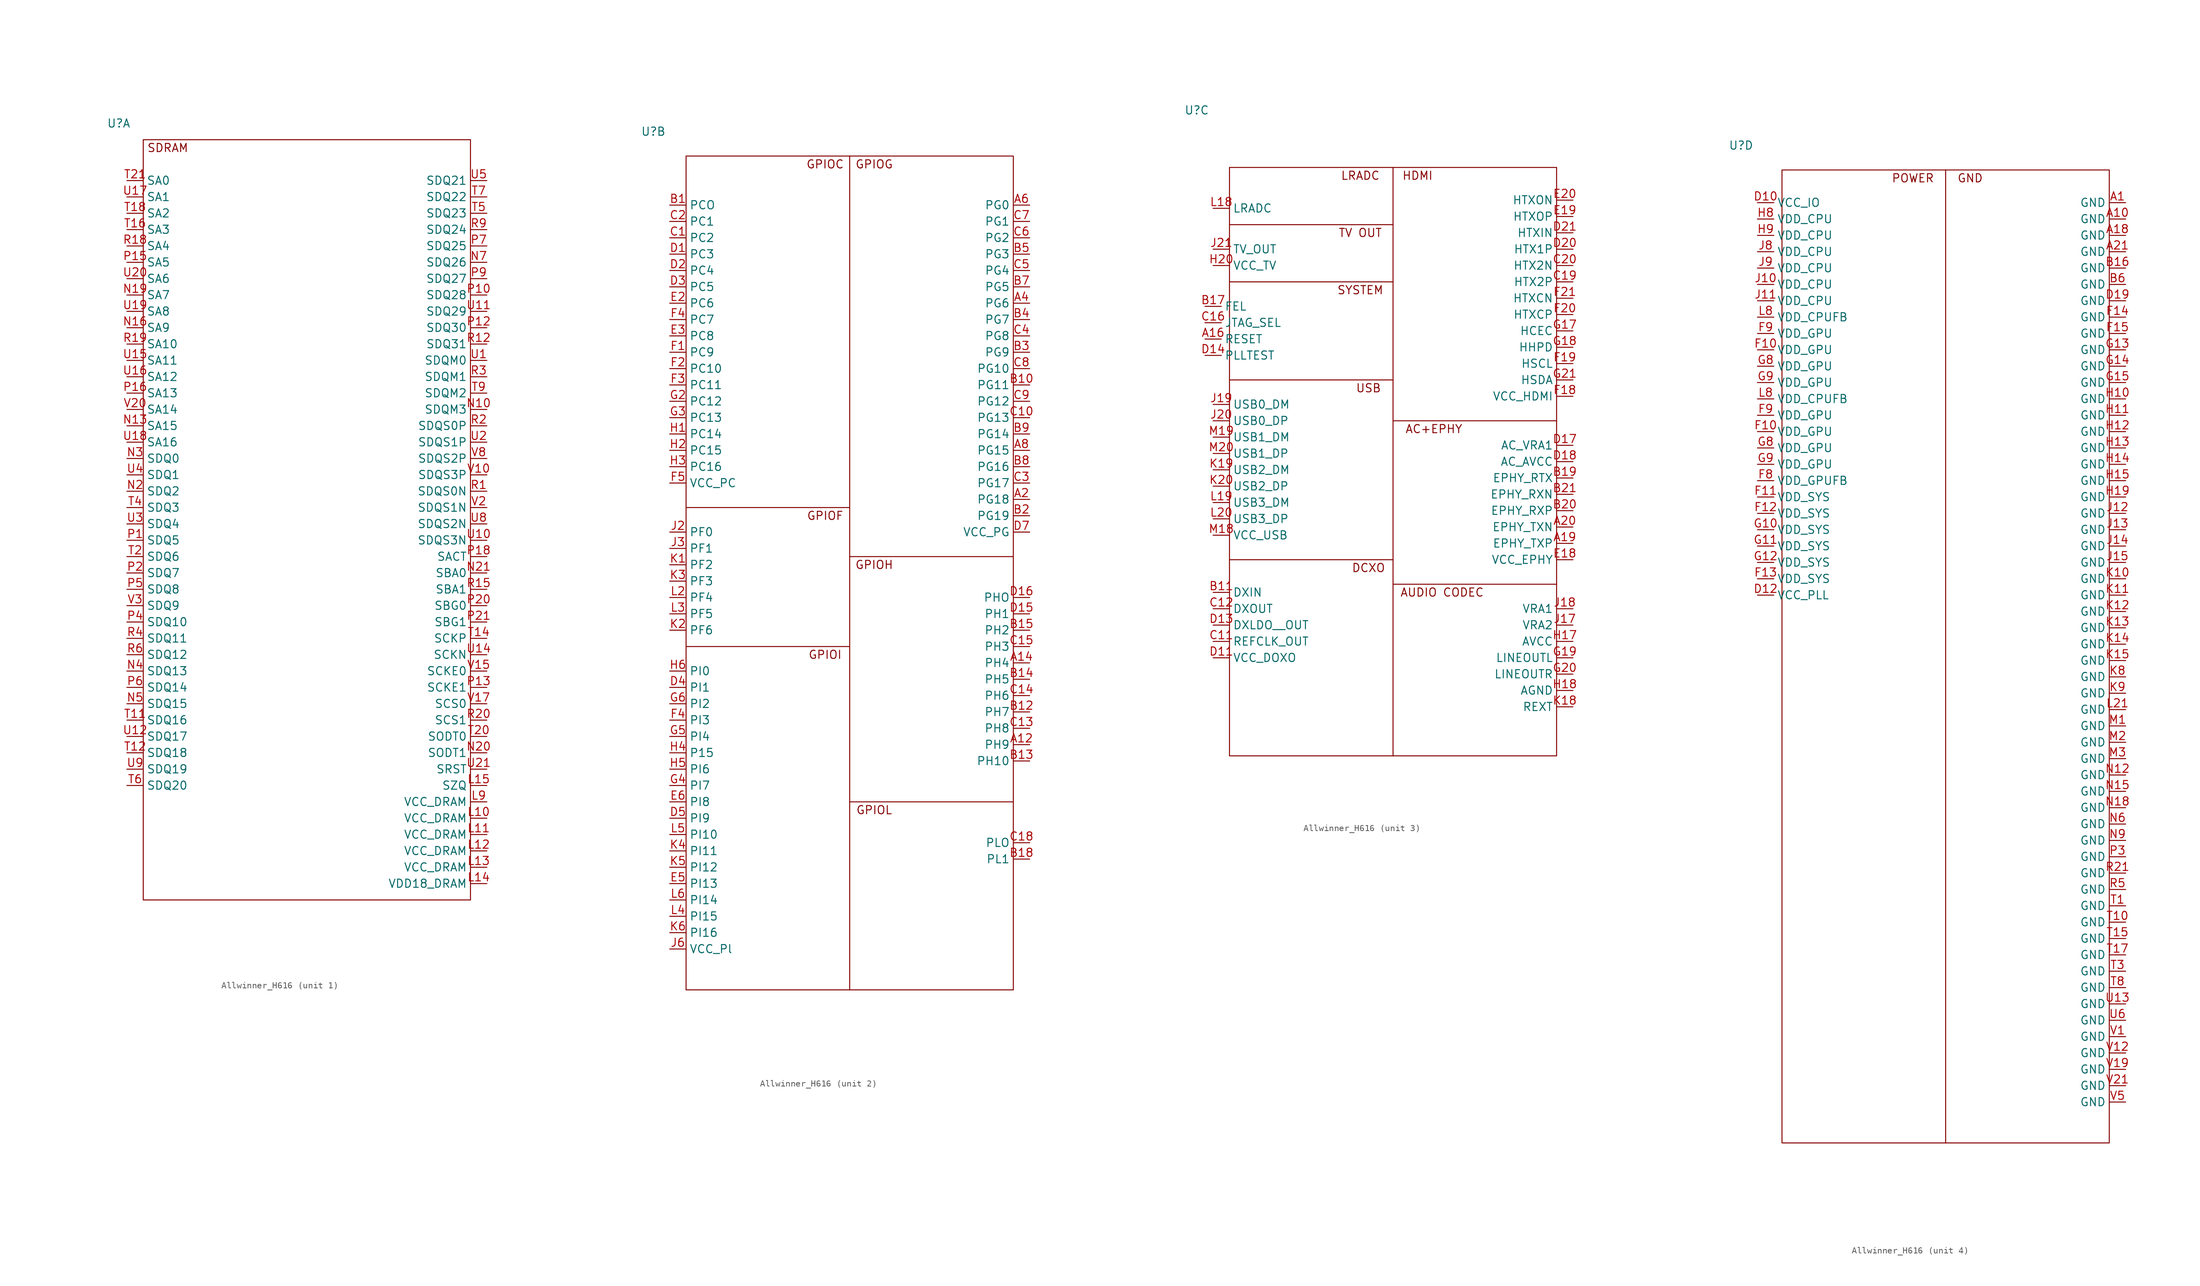
<source format=kicad_sym>
(kicad_symbol_lib
  (version 20220914)
  (generator kicad_symbol_editor)
  (symbol "Allwinner_H616"
    (property "Reference" "U"
      (at 7.62 -2.54 0)
      (effects (font (size 1.27 1.27))))
    (property "Value" ""
      (at 0 0 0)
      (effects (font (size 1.27 1.27))))
    (property "ki_locked" ""
      (at 0 0 0)
      (effects (font (size 1.27 1.27))))
    (symbol "Allwinner_H616_1_0"
      (pin output line (at 64.77 -110.49 180) (length 2.54) (name "VCC_DRAM" (effects (font (size 1.27 1.27)))) (number "L10" (effects (font (size 1.27 1.27)))))
      (pin output line (at 64.77 -113.03 180) (length 2.54) (name "VCC_DRAM" (effects (font (size 1.27 1.27)))) (number "L11" (effects (font (size 1.27 1.27)))))
      (pin output line (at 64.77 -115.57 180) (length 2.54) (name "VCC_DRAM" (effects (font (size 1.27 1.27)))) (number "L12" (effects (font (size 1.27 1.27)))))
      (pin output line (at 64.77 -118.11 180) (length 2.54) (name "VCC_DRAM" (effects (font (size 1.27 1.27)))) (number "L13" (effects (font (size 1.27 1.27)))))
      (pin output line (at 64.77 -120.65 180) (length 2.54) (name "VDD18_DRAM" (effects (font (size 1.27 1.27)))) (number "L14" (effects (font (size 1.27 1.27)))))
      (pin output line (at 64.77 -105.41 180) (length 2.54) (name "SZQ" (effects (font (size 1.27 1.27)))) (number "L15" (effects (font (size 1.27 1.27)))))
      (pin output line (at 64.77 -46.99 180) (length 2.54) (name "SDQM3" (effects (font (size 1.27 1.27)))) (number "N10" (effects (font (size 1.27 1.27)))))
      (pin output line (at 8.89 -49.53 0) (length 2.54) (name "SA15" (effects (font (size 1.27 1.27)))) (number "N13" (effects (font (size 1.27 1.27)))))
      (pin output line (at 8.89 -34.29 0) (length 2.54) (name "SA9" (effects (font (size 1.27 1.27)))) (number "N16" (effects (font (size 1.27 1.27)))))
      (pin output line (at 8.89 -29.21 0) (length 2.54) (name "SA7" (effects (font (size 1.27 1.27)))) (number "N19" (effects (font (size 1.27 1.27)))))
      (pin output line (at 8.89 -59.69 0) (length 2.54) (name "SDQ2" (effects (font (size 1.27 1.27)))) (number "N2" (effects (font (size 1.27 1.27)))))
      (pin output line (at 64.77 -100.33 180) (length 2.54) (name "SODT1" (effects (font (size 1.27 1.27)))) (number "N20" (effects (font (size 1.27 1.27)))))
      (pin output line (at 64.77 -72.39 180) (length 2.54) (name "SBA0" (effects (font (size 1.27 1.27)))) (number "N21" (effects (font (size 1.27 1.27)))))
      (pin output line (at 8.89 -54.61 0) (length 2.54) (name "SDQ0" (effects (font (size 1.27 1.27)))) (number "N3" (effects (font (size 1.27 1.27)))))
      (pin output line (at 8.89 -87.63 0) (length 2.54) (name "SDQ13" (effects (font (size 1.27 1.27)))) (number "N4" (effects (font (size 1.27 1.27)))))
      (pin output line (at 8.89 -92.71 0) (length 2.54) (name "SDQ15" (effects (font (size 1.27 1.27)))) (number "N5" (effects (font (size 1.27 1.27)))))
      (pin output line (at 64.77 -24.13 180) (length 2.54) (name "SDQ26" (effects (font (size 1.27 1.27)))) (number "N7" (effects (font (size 1.27 1.27)))))
      (pin output line (at 8.89 -67.31 0) (length 2.54) (name "SDQ5" (effects (font (size 1.27 1.27)))) (number "P1" (effects (font (size 1.27 1.27)))))
      (pin output line (at 64.77 -29.21 180) (length 2.54) (name "SDQ28" (effects (font (size 1.27 1.27)))) (number "P10" (effects (font (size 1.27 1.27)))))
      (pin output line (at 64.77 -34.29 180) (length 2.54) (name "SDQ30" (effects (font (size 1.27 1.27)))) (number "P12" (effects (font (size 1.27 1.27)))))
      (pin output line (at 64.77 -90.17 180) (length 2.54) (name "SCKE1" (effects (font (size 1.27 1.27)))) (number "P13" (effects (font (size 1.27 1.27)))))
      (pin output line (at 8.89 -24.13 0) (length 2.54) (name "SA5" (effects (font (size 1.27 1.27)))) (number "P15" (effects (font (size 1.27 1.27)))))
      (pin output line (at 8.89 -44.45 0) (length 2.54) (name "SA13" (effects (font (size 1.27 1.27)))) (number "P16" (effects (font (size 1.27 1.27)))))
      (pin output line (at 64.77 -69.85 180) (length 2.54) (name "SACT" (effects (font (size 1.27 1.27)))) (number "P18" (effects (font (size 1.27 1.27)))))
      (pin output line (at 8.89 -72.39 0) (length 2.54) (name "SDQ7" (effects (font (size 1.27 1.27)))) (number "P2" (effects (font (size 1.27 1.27)))))
      (pin output line (at 64.77 -77.47 180) (length 2.54) (name "SBG0" (effects (font (size 1.27 1.27)))) (number "P20" (effects (font (size 1.27 1.27)))))
      (pin output line (at 64.77 -80.01 180) (length 2.54) (name "SBG1" (effects (font (size 1.27 1.27)))) (number "P21" (effects (font (size 1.27 1.27)))))
      (pin output line (at 8.89 -80.01 0) (length 2.54) (name "SDQ10" (effects (font (size 1.27 1.27)))) (number "P4" (effects (font (size 1.27 1.27)))))
      (pin output line (at 8.89 -74.93 0) (length 2.54) (name "SDQ8" (effects (font (size 1.27 1.27)))) (number "P5" (effects (font (size 1.27 1.27)))))
      (pin output line (at 8.89 -90.17 0) (length 2.54) (name "SDQ14" (effects (font (size 1.27 1.27)))) (number "P6" (effects (font (size 1.27 1.27)))))
      (pin output line (at 64.77 -21.59 180) (length 2.54) (name "SDQ25" (effects (font (size 1.27 1.27)))) (number "P7" (effects (font (size 1.27 1.27)))))
      (pin output line (at 64.77 -26.67 180) (length 2.54) (name "SDQ27" (effects (font (size 1.27 1.27)))) (number "P9" (effects (font (size 1.27 1.27)))))
      (pin output line (at 64.77 -59.69 180) (length 2.54) (name "SDQS0N" (effects (font (size 1.27 1.27)))) (number "R1" (effects (font (size 1.27 1.27)))))
      (pin output line (at 64.77 -36.83 180) (length 2.54) (name "SDQ31" (effects (font (size 1.27 1.27)))) (number "R12" (effects (font (size 1.27 1.27)))))
      (pin output line (at 64.77 -74.93 180) (length 2.54) (name "SBA1" (effects (font (size 1.27 1.27)))) (number "R15" (effects (font (size 1.27 1.27)))))
      (pin output line (at 8.89 -21.59 0) (length 2.54) (name "SA4" (effects (font (size 1.27 1.27)))) (number "R18" (effects (font (size 1.27 1.27)))))
      (pin output line (at 8.89 -36.83 0) (length 2.54) (name "SA10" (effects (font (size 1.27 1.27)))) (number "R19" (effects (font (size 1.27 1.27)))))
      (pin output line (at 64.77 -49.53 180) (length 2.54) (name "SDQS0P" (effects (font (size 1.27 1.27)))) (number "R2" (effects (font (size 1.27 1.27)))))
      (pin output line (at 64.77 -95.25 180) (length 2.54) (name "SCS1" (effects (font (size 1.27 1.27)))) (number "R20" (effects (font (size 1.27 1.27)))))
      (pin output line (at 64.77 -41.91 180) (length 2.54) (name "SDQM1" (effects (font (size 1.27 1.27)))) (number "R3" (effects (font (size 1.27 1.27)))))
      (pin output line (at 8.89 -82.55 0) (length 2.54) (name "SDQ11" (effects (font (size 1.27 1.27)))) (number "R4" (effects (font (size 1.27 1.27)))))
      (pin output line (at 8.89 -85.09 0) (length 2.54) (name "SDQ12" (effects (font (size 1.27 1.27)))) (number "R6" (effects (font (size 1.27 1.27)))))
      (pin output line (at 64.77 -19.05 180) (length 2.54) (name "SDQ24" (effects (font (size 1.27 1.27)))) (number "R9" (effects (font (size 1.27 1.27)))))
      (pin output line (at 8.89 -95.25 0) (length 2.54) (name "SDQ16" (effects (font (size 1.27 1.27)))) (number "T11" (effects (font (size 1.27 1.27)))))
      (pin output line (at 8.89 -100.33 0) (length 2.54) (name "SDQ18" (effects (font (size 1.27 1.27)))) (number "T12" (effects (font (size 1.27 1.27)))))
      (pin output line (at 64.77 -82.55 180) (length 2.54) (name "SCKP" (effects (font (size 1.27 1.27)))) (number "T14" (effects (font (size 1.27 1.27)))))
      (pin output line (at 8.89 -19.05 0) (length 2.54) (name "SA3" (effects (font (size 1.27 1.27)))) (number "T16" (effects (font (size 1.27 1.27)))))
      (pin output line (at 8.89 -16.51 0) (length 2.54) (name "SA2" (effects (font (size 1.27 1.27)))) (number "T18" (effects (font (size 1.27 1.27)))))
      (pin output line (at 8.89 -69.85 0) (length 2.54) (name "SDQ6" (effects (font (size 1.27 1.27)))) (number "T2" (effects (font (size 1.27 1.27)))))
      (pin output line (at 64.77 -97.79 180) (length 2.54) (name "SODT0" (effects (font (size 1.27 1.27)))) (number "T20" (effects (font (size 1.27 1.27)))))
      (pin output line (at 8.89 -11.43 0) (length 2.54) (name "SA0" (effects (font (size 1.27 1.27)))) (number "T21" (effects (font (size 1.27 1.27)))))
      (pin output line (at 8.89 -62.23 0) (length 2.54) (name "SDQ3" (effects (font (size 1.27 1.27)))) (number "T4" (effects (font (size 1.27 1.27)))))
      (pin output line (at 64.77 -16.51 180) (length 2.54) (name "SDQ23" (effects (font (size 1.27 1.27)))) (number "T5" (effects (font (size 1.27 1.27)))))
      (pin output line (at 8.89 -105.41 0) (length 2.54) (name "SDQ20" (effects (font (size 1.27 1.27)))) (number "T6" (effects (font (size 1.27 1.27)))))
      (pin output line (at 64.77 -13.97 180) (length 2.54) (name "SDQ22" (effects (font (size 1.27 1.27)))) (number "T7" (effects (font (size 1.27 1.27)))))
      (pin output line (at 64.77 -44.45 180) (length 2.54) (name "SDQM2" (effects (font (size 1.27 1.27)))) (number "T9" (effects (font (size 1.27 1.27)))))
      (pin output line (at 64.77 -39.37 180) (length 2.54) (name "SDQM0" (effects (font (size 1.27 1.27)))) (number "U1" (effects (font (size 1.27 1.27)))))
      (pin output line (at 64.77 -67.31 180) (length 2.54) (name "SDQS3N" (effects (font (size 1.27 1.27)))) (number "U10" (effects (font (size 1.27 1.27)))))
      (pin output line (at 64.77 -31.75 180) (length 2.54) (name "SDQ29" (effects (font (size 1.27 1.27)))) (number "U11" (effects (font (size 1.27 1.27)))))
      (pin output line (at 8.89 -97.79 0) (length 2.54) (name "SDQ17" (effects (font (size 1.27 1.27)))) (number "U12" (effects (font (size 1.27 1.27)))))
      (pin output line (at 64.77 -85.09 180) (length 2.54) (name "SCKN" (effects (font (size 1.27 1.27)))) (number "U14" (effects (font (size 1.27 1.27)))))
      (pin output line (at 8.89 -39.37 0) (length 2.54) (name "SA11" (effects (font (size 1.27 1.27)))) (number "U15" (effects (font (size 1.27 1.27)))))
      (pin output line (at 8.89 -41.91 0) (length 2.54) (name "SA12" (effects (font (size 1.27 1.27)))) (number "U16" (effects (font (size 1.27 1.27)))))
      (pin output line (at 8.89 -13.97 0) (length 2.54) (name "SA1" (effects (font (size 1.27 1.27)))) (number "U17" (effects (font (size 1.27 1.27)))))
      (pin output line (at 8.89 -52.07 0) (length 2.54) (name "SA16" (effects (font (size 1.27 1.27)))) (number "U18" (effects (font (size 1.27 1.27)))))
      (pin output line (at 8.89 -31.75 0) (length 2.54) (name "SA8" (effects (font (size 1.27 1.27)))) (number "U19" (effects (font (size 1.27 1.27)))))
      (pin output line (at 64.77 -52.07 180) (length 2.54) (name "SDQS1P" (effects (font (size 1.27 1.27)))) (number "U2" (effects (font (size 1.27 1.27)))))
      (pin output line (at 8.89 -26.67 0) (length 2.54) (name "SA6" (effects (font (size 1.27 1.27)))) (number "U20" (effects (font (size 1.27 1.27)))))
      (pin output line (at 64.77 -102.87 180) (length 2.54) (name "SRST" (effects (font (size 1.27 1.27)))) (number "U21" (effects (font (size 1.27 1.27)))))
      (pin output line (at 8.89 -64.77 0) (length 2.54) (name "SDQ4" (effects (font (size 1.27 1.27)))) (number "U3" (effects (font (size 1.27 1.27)))))
      (pin output line (at 8.89 -57.15 0) (length 2.54) (name "SDQ1" (effects (font (size 1.27 1.27)))) (number "U4" (effects (font (size 1.27 1.27)))))
      (pin output line (at 64.77 -11.43 180) (length 2.54) (name "SDQ21" (effects (font (size 1.27 1.27)))) (number "U5" (effects (font (size 1.27 1.27)))))
      (pin output line (at 64.77 -64.77 180) (length 2.54) (name "SDQS2N" (effects (font (size 1.27 1.27)))) (number "U8" (effects (font (size 1.27 1.27)))))
      (pin output line (at 8.89 -102.87 0) (length 2.54) (name "SDQ19" (effects (font (size 1.27 1.27)))) (number "U9" (effects (font (size 1.27 1.27)))))
      (pin output line (at 64.77 -57.15 180) (length 2.54) (name "SDQS3P" (effects (font (size 1.27 1.27)))) (number "V10" (effects (font (size 1.27 1.27)))))
      (pin output line (at 64.77 -87.63 180) (length 2.54) (name "SCKE0" (effects (font (size 1.27 1.27)))) (number "V15" (effects (font (size 1.27 1.27)))))
      (pin output line (at 64.77 -92.71 180) (length 2.54) (name "SCS0" (effects (font (size 1.27 1.27)))) (number "V17" (effects (font (size 1.27 1.27)))))
      (pin output line (at 64.77 -62.23 180) (length 2.54) (name "SDQS1N" (effects (font (size 1.27 1.27)))) (number "V2" (effects (font (size 1.27 1.27)))))
      (pin output line (at 8.89 -46.99 0) (length 2.54) (name "SA14" (effects (font (size 1.27 1.27)))) (number "V20" (effects (font (size 1.27 1.27)))))
      (pin output line (at 8.89 -77.47 0) (length 2.54) (name "SDQ9" (effects (font (size 1.27 1.27)))) (number "V3" (effects (font (size 1.27 1.27)))))
      (pin output line (at 64.77 -54.61 180) (length 2.54) (name "SDQS2P" (effects (font (size 1.27 1.27)))) (number "V8" (effects (font (size 1.27 1.27))))))
    (symbol "Allwinner_H616_1_1"
      (rectangle (start 11.43 -5.08) (end 62.23 -123.19) (stroke (width 0) (type default)) (fill (type none)))
      (text "SDRAM" (at 15.24 -6.35 0) (effects (font (size 1.27 1.27))))
      (pin output line (at 64.77 -107.95 180) (length 2.54) (name "VCC_DRAM" (effects (font (size 1.27 1.27)))) (number "L9" (effects (font (size 1.27 1.27))))))
    (symbol "Allwinner_H616_2_0"
      (pin output line (at 66.04 -97.79 180) (length 2.54) (name "PH9" (effects (font (size 1.27 1.27)))) (number "A12" (effects (font (size 1.27 1.27)))))
      (pin output line (at 66.04 -85.09 180) (length 2.54) (name "PH4" (effects (font (size 1.27 1.27)))) (number "A14" (effects (font (size 1.27 1.27)))))
      (pin output line (at 66.04 -59.69 180) (length 2.54) (name "PG18" (effects (font (size 1.27 1.27)))) (number "A2" (effects (font (size 1.27 1.27)))))
      (pin output line (at 66.04 -29.21 180) (length 2.54) (name "PG6" (effects (font (size 1.27 1.27)))) (number "A4" (effects (font (size 1.27 1.27)))))
      (pin output line (at 66.04 -13.97 180) (length 2.54) (name "PG0" (effects (font (size 1.27 1.27)))) (number "A6" (effects (font (size 1.27 1.27)))))
      (pin output line (at 66.04 -52.07 180) (length 2.54) (name "PG15" (effects (font (size 1.27 1.27)))) (number "A8" (effects (font (size 1.27 1.27)))))
      (pin output line (at 10.16 -13.97 0) (length 2.54) (name "PCO" (effects (font (size 1.27 1.27)))) (number "B1" (effects (font (size 1.27 1.27)))))
      (pin output line (at 66.04 -41.91 180) (length 2.54) (name "PG11" (effects (font (size 1.27 1.27)))) (number "B10" (effects (font (size 1.27 1.27)))))
      (pin output line (at 66.04 -92.71 180) (length 2.54) (name "PH7" (effects (font (size 1.27 1.27)))) (number "B12" (effects (font (size 1.27 1.27)))))
      (pin output line (at 66.04 -100.33 180) (length 2.54) (name "PH10" (effects (font (size 1.27 1.27)))) (number "B13" (effects (font (size 1.27 1.27)))))
      (pin output line (at 66.04 -87.63 180) (length 2.54) (name "PH5" (effects (font (size 1.27 1.27)))) (number "B14" (effects (font (size 1.27 1.27)))))
      (pin output line (at 66.04 -80.01 180) (length 2.54) (name "PH2" (effects (font (size 1.27 1.27)))) (number "B15" (effects (font (size 1.27 1.27)))))
      (pin output line (at 66.04 -115.57 180) (length 2.54) (name "PL1" (effects (font (size 1.27 1.27)))) (number "B18" (effects (font (size 1.27 1.27)))))
      (pin output line (at 66.04 -62.23 180) (length 2.54) (name "PG19" (effects (font (size 1.27 1.27)))) (number "B2" (effects (font (size 1.27 1.27)))))
      (pin output line (at 66.04 -36.83 180) (length 2.54) (name "PG9" (effects (font (size 1.27 1.27)))) (number "B3" (effects (font (size 1.27 1.27)))))
      (pin output line (at 66.04 -31.75 180) (length 2.54) (name "PG7" (effects (font (size 1.27 1.27)))) (number "B4" (effects (font (size 1.27 1.27)))))
      (pin output line (at 66.04 -21.59 180) (length 2.54) (name "PG3" (effects (font (size 1.27 1.27)))) (number "B5" (effects (font (size 1.27 1.27)))))
      (pin output line (at 66.04 -26.67 180) (length 2.54) (name "PG5" (effects (font (size 1.27 1.27)))) (number "B7" (effects (font (size 1.27 1.27)))))
      (pin output line (at 66.04 -54.61 180) (length 2.54) (name "PG16" (effects (font (size 1.27 1.27)))) (number "B8" (effects (font (size 1.27 1.27)))))
      (pin output line (at 66.04 -49.53 180) (length 2.54) (name "PG14" (effects (font (size 1.27 1.27)))) (number "B9" (effects (font (size 1.27 1.27)))))
      (pin output line (at 10.16 -19.05 0) (length 2.54) (name "PC2" (effects (font (size 1.27 1.27)))) (number "C1" (effects (font (size 1.27 1.27)))))
      (pin output line (at 66.04 -46.99 180) (length 2.54) (name "PG13" (effects (font (size 1.27 1.27)))) (number "C10" (effects (font (size 1.27 1.27)))))
      (pin output line (at 66.04 -95.25 180) (length 2.54) (name "PH8" (effects (font (size 1.27 1.27)))) (number "C13" (effects (font (size 1.27 1.27)))))
      (pin output line (at 66.04 -90.17 180) (length 2.54) (name "PH6" (effects (font (size 1.27 1.27)))) (number "C14" (effects (font (size 1.27 1.27)))))
      (pin output line (at 66.04 -82.55 180) (length 2.54) (name "PH3" (effects (font (size 1.27 1.27)))) (number "C15" (effects (font (size 1.27 1.27)))))
      (pin output line (at 66.04 -113.03 180) (length 2.54) (name "PLO" (effects (font (size 1.27 1.27)))) (number "C18" (effects (font (size 1.27 1.27)))))
      (pin output line (at 10.16 -16.51 0) (length 2.54) (name "PC1" (effects (font (size 1.27 1.27)))) (number "C2" (effects (font (size 1.27 1.27)))))
      (pin output line (at 66.04 -57.15 180) (length 2.54) (name "PG17" (effects (font (size 1.27 1.27)))) (number "C3" (effects (font (size 1.27 1.27)))))
      (pin output line (at 66.04 -34.29 180) (length 2.54) (name "PG8" (effects (font (size 1.27 1.27)))) (number "C4" (effects (font (size 1.27 1.27)))))
      (pin output line (at 66.04 -24.13 180) (length 2.54) (name "PG4" (effects (font (size 1.27 1.27)))) (number "C5" (effects (font (size 1.27 1.27)))))
      (pin output line (at 66.04 -19.05 180) (length 2.54) (name "PG2" (effects (font (size 1.27 1.27)))) (number "C6" (effects (font (size 1.27 1.27)))))
      (pin output line (at 66.04 -16.51 180) (length 2.54) (name "PG1" (effects (font (size 1.27 1.27)))) (number "C7" (effects (font (size 1.27 1.27)))))
      (pin output line (at 66.04 -39.37 180) (length 2.54) (name "PG10" (effects (font (size 1.27 1.27)))) (number "C8" (effects (font (size 1.27 1.27)))))
      (pin output line (at 66.04 -44.45 180) (length 2.54) (name "PG12" (effects (font (size 1.27 1.27)))) (number "C9" (effects (font (size 1.27 1.27)))))
      (pin output line (at 10.16 -21.59 0) (length 2.54) (name "PC3" (effects (font (size 1.27 1.27)))) (number "D1" (effects (font (size 1.27 1.27)))))
      (pin output line (at 66.04 -77.47 180) (length 2.54) (name "PH1" (effects (font (size 1.27 1.27)))) (number "D15" (effects (font (size 1.27 1.27)))))
      (pin output line (at 66.04 -74.93 180) (length 2.54) (name "PHO" (effects (font (size 1.27 1.27)))) (number "D16" (effects (font (size 1.27 1.27)))))
      (pin output line (at 10.16 -24.13 0) (length 2.54) (name "PC4" (effects (font (size 1.27 1.27)))) (number "D2" (effects (font (size 1.27 1.27)))))
      (pin output line (at 10.16 -26.67 0) (length 2.54) (name "PC5" (effects (font (size 1.27 1.27)))) (number "D3" (effects (font (size 1.27 1.27)))))
      (pin output line (at 10.16 -88.9 0) (length 2.54) (name "PI1" (effects (font (size 1.27 1.27)))) (number "D4" (effects (font (size 1.27 1.27)))))
      (pin output line (at 10.16 -109.22 0) (length 2.54) (name "PI9" (effects (font (size 1.27 1.27)))) (number "D5" (effects (font (size 1.27 1.27)))))
      (pin output line (at 66.04 -64.77 180) (length 2.54) (name "VCC_PG" (effects (font (size 1.27 1.27)))) (number "D7" (effects (font (size 1.27 1.27)))))
      (pin output line (at 10.16 -29.21 0) (length 2.54) (name "PC6" (effects (font (size 1.27 1.27)))) (number "E2" (effects (font (size 1.27 1.27)))))
      (pin output line (at 10.16 -34.29 0) (length 2.54) (name "PC8" (effects (font (size 1.27 1.27)))) (number "E3" (effects (font (size 1.27 1.27)))))
      (pin output line (at 10.16 -119.38 0) (length 2.54) (name "PI13" (effects (font (size 1.27 1.27)))) (number "E5" (effects (font (size 1.27 1.27)))))
      (pin output line (at 10.16 -106.68 0) (length 2.54) (name "PI8" (effects (font (size 1.27 1.27)))) (number "E6" (effects (font (size 1.27 1.27)))))
      (pin output line (at 10.16 -36.83 0) (length 2.54) (name "PC9" (effects (font (size 1.27 1.27)))) (number "F1" (effects (font (size 1.27 1.27)))))
      (pin output line (at 10.16 -39.37 0) (length 2.54) (name "PC10" (effects (font (size 1.27 1.27)))) (number "F2" (effects (font (size 1.27 1.27)))))
      (pin output line (at 10.16 -41.91 0) (length 2.54) (name "PC11" (effects (font (size 1.27 1.27)))) (number "F3" (effects (font (size 1.27 1.27)))))
      (pin output line (at 10.16 -31.75 0) (length 2.54) (name "PC7" (effects (font (size 1.27 1.27)))) (number "F4" (effects (font (size 1.27 1.27)))))
      (pin output line (at 10.16 -93.98 0) (length 2.54) (name "PI3" (effects (font (size 1.27 1.27)))) (number "F4" (effects (font (size 1.27 1.27)))))
      (pin output line (at 10.16 -57.15 0) (length 2.54) (name "VCC_PC" (effects (font (size 1.27 1.27)))) (number "F5" (effects (font (size 1.27 1.27)))))
      (pin output line (at 10.16 -44.45 0) (length 2.54) (name "PC12" (effects (font (size 1.27 1.27)))) (number "G2" (effects (font (size 1.27 1.27)))))
      (pin output line (at 10.16 -46.99 0) (length 2.54) (name "PC13" (effects (font (size 1.27 1.27)))) (number "G3" (effects (font (size 1.27 1.27)))))
      (pin output line (at 10.16 -104.14 0) (length 2.54) (name "PI7" (effects (font (size 1.27 1.27)))) (number "G4" (effects (font (size 1.27 1.27)))))
      (pin output line (at 10.16 -96.52 0) (length 2.54) (name "PI4" (effects (font (size 1.27 1.27)))) (number "G5" (effects (font (size 1.27 1.27)))))
      (pin output line (at 10.16 -91.44 0) (length 2.54) (name "PI2" (effects (font (size 1.27 1.27)))) (number "G6" (effects (font (size 1.27 1.27)))))
      (pin output line (at 10.16 -49.53 0) (length 2.54) (name "PC14" (effects (font (size 1.27 1.27)))) (number "H1" (effects (font (size 1.27 1.27)))))
      (pin output line (at 10.16 -52.07 0) (length 2.54) (name "PC15" (effects (font (size 1.27 1.27)))) (number "H2" (effects (font (size 1.27 1.27)))))
      (pin output line (at 10.16 -54.61 0) (length 2.54) (name "PC16" (effects (font (size 1.27 1.27)))) (number "H3" (effects (font (size 1.27 1.27)))))
      (pin output line (at 10.16 -99.06 0) (length 2.54) (name "P15" (effects (font (size 1.27 1.27)))) (number "H4" (effects (font (size 1.27 1.27)))))
      (pin output line (at 10.16 -101.6 0) (length 2.54) (name "PI6" (effects (font (size 1.27 1.27)))) (number "H5" (effects (font (size 1.27 1.27)))))
      (pin output line (at 10.16 -86.36 0) (length 2.54) (name "PI0" (effects (font (size 1.27 1.27)))) (number "H6" (effects (font (size 1.27 1.27)))))
      (pin output line (at 10.16 -64.77 0) (length 2.54) (name "PF0" (effects (font (size 1.27 1.27)))) (number "J2" (effects (font (size 1.27 1.27)))))
      (pin output line (at 10.16 -67.31 0) (length 2.54) (name "PF1" (effects (font (size 1.27 1.27)))) (number "J3" (effects (font (size 1.27 1.27)))))
      (pin output line (at 10.16 -129.54 0) (length 2.54) (name "VCC_Pl" (effects (font (size 1.27 1.27)))) (number "J6" (effects (font (size 1.27 1.27)))))
      (pin output line (at 10.16 -69.85 0) (length 2.54) (name "PF2" (effects (font (size 1.27 1.27)))) (number "K1" (effects (font (size 1.27 1.27)))))
      (pin output line (at 10.16 -80.01 0) (length 2.54) (name "PF6" (effects (font (size 1.27 1.27)))) (number "K2" (effects (font (size 1.27 1.27)))))
      (pin output line (at 10.16 -72.39 0) (length 2.54) (name "PF3" (effects (font (size 1.27 1.27)))) (number "K3" (effects (font (size 1.27 1.27)))))
      (pin output line (at 10.16 -114.3 0) (length 2.54) (name "PI11" (effects (font (size 1.27 1.27)))) (number "K4" (effects (font (size 1.27 1.27)))))
      (pin output line (at 10.16 -116.84 0) (length 2.54) (name "PI12" (effects (font (size 1.27 1.27)))) (number "K5" (effects (font (size 1.27 1.27)))))
      (pin output line (at 10.16 -127 0) (length 2.54) (name "PI16" (effects (font (size 1.27 1.27)))) (number "K6" (effects (font (size 1.27 1.27)))))
      (pin output line (at 10.16 -74.93 0) (length 2.54) (name "PF4" (effects (font (size 1.27 1.27)))) (number "L2" (effects (font (size 1.27 1.27)))))
      (pin output line (at 10.16 -77.47 0) (length 2.54) (name "PF5" (effects (font (size 1.27 1.27)))) (number "L3" (effects (font (size 1.27 1.27)))))
      (pin output line (at 10.16 -124.46 0) (length 2.54) (name "PI15" (effects (font (size 1.27 1.27)))) (number "L4" (effects (font (size 1.27 1.27)))))
      (pin output line (at 10.16 -111.76 0) (length 2.54) (name "PI10" (effects (font (size 1.27 1.27)))) (number "L5" (effects (font (size 1.27 1.27)))))
      (pin output line (at 10.16 -121.92 0) (length 2.54) (name "PI14" (effects (font (size 1.27 1.27)))) (number "L6" (effects (font (size 1.27 1.27))))))
    (symbol "Allwinner_H616_2_1"
      (polyline (pts (xy 12.7 -82.55) (xy 38.1 -82.55)) (stroke (width 0) (type default)) (fill (type none)))
      (polyline (pts (xy 12.7 -60.96) (xy 38.1 -60.96)) (stroke (width 0) (type default)) (fill (type none)))
      (polyline (pts (xy 38.1 -135.89) (xy 38.1 -6.35)) (stroke (width 0) (type default)) (fill (type none)))
      (polyline (pts (xy 63.5 -106.68) (xy 38.1 -106.68)) (stroke (width 0) (type default)) (fill (type none)))
      (polyline (pts (xy 63.5 -68.58) (xy 38.1 -68.58)) (stroke (width 0) (type default)) (fill (type none)))
      (rectangle (start 12.7 -6.35) (end 63.5 -135.89) (stroke (width 0) (type default)) (fill (type none)))
      (text "GPIOC\n" (at 34.29 -7.62 0) (effects (font (size 1.27 1.27))))
      (text "GPIOF\n" (at 34.29 -62.23 0) (effects (font (size 1.27 1.27))))
      (text "GPIOG\n" (at 41.91 -7.62 0) (effects (font (size 1.27 1.27))))
      (text "GPIOH\n" (at 41.91 -69.85 0) (effects (font (size 1.27 1.27))))
      (text "GPIOI" (at 34.29 -83.82 0) (effects (font (size 1.27 1.27))))
      (text "GPIOL\n" (at 41.91 -107.95 0) (effects (font (size 1.27 1.27)))))
    (symbol "Allwinner_H616_3_0"
      (pin output line (at 8.89 -38.1 0) (length 2.54) (name "RESET" (effects (font (size 1.27 1.27)))) (number "A16" (effects (font (size 1.27 1.27)))))
      (pin output line (at 66.04 -69.85 180) (length 2.54) (name "EPHY_TXP" (effects (font (size 1.27 1.27)))) (number "A19" (effects (font (size 1.27 1.27)))))
      (pin output line (at 66.04 -67.31 180) (length 2.54) (name "EPHY_TXN" (effects (font (size 1.27 1.27)))) (number "A20" (effects (font (size 1.27 1.27)))))
      (pin output line (at 10.16 -77.47 0) (length 2.54) (name "DXIN" (effects (font (size 1.27 1.27)))) (number "B11" (effects (font (size 1.27 1.27)))))
      (pin output line (at 8.89 -33.02 0) (length 2.54) (name "FEL" (effects (font (size 1.27 1.27)))) (number "B17" (effects (font (size 1.27 1.27)))))
      (pin output line (at 66.04 -59.69 180) (length 2.54) (name "EPHY_RTX" (effects (font (size 1.27 1.27)))) (number "B19" (effects (font (size 1.27 1.27)))))
      (pin output line (at 66.04 -64.77 180) (length 2.54) (name "EPHY_RXP" (effects (font (size 1.27 1.27)))) (number "B20" (effects (font (size 1.27 1.27)))))
      (pin output line (at 66.04 -62.23 180) (length 2.54) (name "EPHY_RXN" (effects (font (size 1.27 1.27)))) (number "B21" (effects (font (size 1.27 1.27)))))
      (pin output line (at 10.16 -85.09 0) (length 2.54) (name "REFCLK_OUT" (effects (font (size 1.27 1.27)))) (number "C11" (effects (font (size 1.27 1.27)))))
      (pin output line (at 10.16 -80.01 0) (length 2.54) (name "DXOUT" (effects (font (size 1.27 1.27)))) (number "C12" (effects (font (size 1.27 1.27)))))
      (pin output line (at 8.89 -35.56 0) (length 2.54) (name "JTAG_SEL" (effects (font (size 1.27 1.27)))) (number "C16" (effects (font (size 1.27 1.27)))))
      (pin output line (at 66.04 -29.21 180) (length 2.54) (name "HTX2P" (effects (font (size 1.27 1.27)))) (number "C19" (effects (font (size 1.27 1.27)))))
      (pin output line (at 66.04 -26.67 180) (length 2.54) (name "HTX2N" (effects (font (size 1.27 1.27)))) (number "C20" (effects (font (size 1.27 1.27)))))
      (pin output line (at 10.16 -87.63 0) (length 2.54) (name "VCC_DOXO" (effects (font (size 1.27 1.27)))) (number "D11" (effects (font (size 1.27 1.27)))))
      (pin output line (at 10.16 -82.55 0) (length 2.54) (name "DXLDO__OUT" (effects (font (size 1.27 1.27)))) (number "D13" (effects (font (size 1.27 1.27)))))
      (pin output line (at 8.89 -40.64 0) (length 2.54) (name "PLLTEST" (effects (font (size 1.27 1.27)))) (number "D14" (effects (font (size 1.27 1.27)))))
      (pin output line (at 66.04 -54.61 180) (length 2.54) (name "AC_VRA1" (effects (font (size 1.27 1.27)))) (number "D17" (effects (font (size 1.27 1.27)))))
      (pin output line (at 66.04 -57.15 180) (length 2.54) (name "AC_AVCC" (effects (font (size 1.27 1.27)))) (number "D18" (effects (font (size 1.27 1.27)))))
      (pin output line (at 66.04 -24.13 180) (length 2.54) (name "HTX1P" (effects (font (size 1.27 1.27)))) (number "D20" (effects (font (size 1.27 1.27)))))
      (pin output line (at 66.04 -21.59 180) (length 2.54) (name "HTXIN" (effects (font (size 1.27 1.27)))) (number "D21" (effects (font (size 1.27 1.27)))))
      (pin output line (at 66.04 -72.39 180) (length 2.54) (name "VCC_EPHY" (effects (font (size 1.27 1.27)))) (number "E18" (effects (font (size 1.27 1.27)))))
      (pin output line (at 66.04 -19.05 180) (length 2.54) (name "HTXOP" (effects (font (size 1.27 1.27)))) (number "E19" (effects (font (size 1.27 1.27)))))
      (pin output line (at 66.04 -16.51 180) (length 2.54) (name "HTXON" (effects (font (size 1.27 1.27)))) (number "E20" (effects (font (size 1.27 1.27)))))
      (pin output line (at 66.04 -46.99 180) (length 2.54) (name "VCC_HDMI" (effects (font (size 1.27 1.27)))) (number "F18" (effects (font (size 1.27 1.27)))))
      (pin output line (at 66.04 -41.91 180) (length 2.54) (name "HSCL" (effects (font (size 1.27 1.27)))) (number "F19" (effects (font (size 1.27 1.27)))))
      (pin output line (at 66.04 -34.29 180) (length 2.54) (name "HTXCP" (effects (font (size 1.27 1.27)))) (number "F20" (effects (font (size 1.27 1.27)))))
      (pin output line (at 66.04 -31.75 180) (length 2.54) (name "HTXCN" (effects (font (size 1.27 1.27)))) (number "F21" (effects (font (size 1.27 1.27)))))
      (pin output line (at 66.04 -36.83 180) (length 2.54) (name "HCEC" (effects (font (size 1.27 1.27)))) (number "G17" (effects (font (size 1.27 1.27)))))
      (pin output line (at 66.04 -39.37 180) (length 2.54) (name "HHPD" (effects (font (size 1.27 1.27)))) (number "G18" (effects (font (size 1.27 1.27)))))
      (pin output line (at 66.04 -87.63 180) (length 2.54) (name "LINEOUTL" (effects (font (size 1.27 1.27)))) (number "G19" (effects (font (size 1.27 1.27)))))
      (pin output line (at 66.04 -90.17 180) (length 2.54) (name "LINEOUTR" (effects (font (size 1.27 1.27)))) (number "G20" (effects (font (size 1.27 1.27)))))
      (pin output line (at 66.04 -44.45 180) (length 2.54) (name "HSDA" (effects (font (size 1.27 1.27)))) (number "G21" (effects (font (size 1.27 1.27)))))
      (pin output line (at 66.04 -85.09 180) (length 2.54) (name "AVCC" (effects (font (size 1.27 1.27)))) (number "H17" (effects (font (size 1.27 1.27)))))
      (pin output line (at 66.04 -92.71 180) (length 2.54) (name "AGND" (effects (font (size 1.27 1.27)))) (number "H18" (effects (font (size 1.27 1.27)))))
      (pin output line (at 10.16 -26.67 0) (length 2.54) (name "VCC_TV" (effects (font (size 1.27 1.27)))) (number "H20" (effects (font (size 1.27 1.27)))))
      (pin output line (at 66.04 -82.55 180) (length 2.54) (name "VRA2" (effects (font (size 1.27 1.27)))) (number "J17" (effects (font (size 1.27 1.27)))))
      (pin output line (at 66.04 -80.01 180) (length 2.54) (name "VRA1" (effects (font (size 1.27 1.27)))) (number "J18" (effects (font (size 1.27 1.27)))))
      (pin output line (at 10.16 -48.26 0) (length 2.54) (name "USB0_DM" (effects (font (size 1.27 1.27)))) (number "J19" (effects (font (size 1.27 1.27)))))
      (pin output line (at 10.16 -50.8 0) (length 2.54) (name "USB0_DP" (effects (font (size 1.27 1.27)))) (number "J20" (effects (font (size 1.27 1.27)))))
      (pin output line (at 10.16 -24.13 0) (length 2.54) (name "TV_OUT" (effects (font (size 1.27 1.27)))) (number "J21" (effects (font (size 1.27 1.27)))))
      (pin output line (at 66.04 -95.25 180) (length 2.54) (name "REXT" (effects (font (size 1.27 1.27)))) (number "K18" (effects (font (size 1.27 1.27)))))
      (pin output line (at 10.16 -58.42 0) (length 2.54) (name "USB2_DM" (effects (font (size 1.27 1.27)))) (number "K19" (effects (font (size 1.27 1.27)))))
      (pin output line (at 10.16 -60.96 0) (length 2.54) (name "USB2_DP" (effects (font (size 1.27 1.27)))) (number "K20" (effects (font (size 1.27 1.27)))))
      (pin output line (at 10.16 -17.78 0) (length 2.54) (name "LRADC" (effects (font (size 1.27 1.27)))) (number "L18" (effects (font (size 1.27 1.27)))))
      (pin output line (at 10.16 -63.5 0) (length 2.54) (name "USB3_DM" (effects (font (size 1.27 1.27)))) (number "L19" (effects (font (size 1.27 1.27)))))
      (pin output line (at 10.16 -66.04 0) (length 2.54) (name "USB3_DP" (effects (font (size 1.27 1.27)))) (number "L20" (effects (font (size 1.27 1.27)))))
      (pin output line (at 10.16 -68.58 0) (length 2.54) (name "VCC_USB" (effects (font (size 1.27 1.27)))) (number "M18" (effects (font (size 1.27 1.27)))))
      (pin output line (at 10.16 -53.34 0) (length 2.54) (name "USB1_DM" (effects (font (size 1.27 1.27)))) (number "M19" (effects (font (size 1.27 1.27)))))
      (pin output line (at 10.16 -55.88 0) (length 2.54) (name "USB1_DP" (effects (font (size 1.27 1.27)))) (number "M20" (effects (font (size 1.27 1.27))))))
    (symbol "Allwinner_H616_3_1"
      (polyline (pts (xy 12.7 -72.39) (xy 38.1 -72.39)) (stroke (width 0) (type default)) (fill (type none)))
      (polyline (pts (xy 12.7 -44.45) (xy 38.1 -44.45)) (stroke (width 0) (type default)) (fill (type none)))
      (polyline (pts (xy 12.7 -29.21) (xy 38.1 -29.21)) (stroke (width 0) (type default)) (fill (type none)))
      (polyline (pts (xy 12.7 -20.32) (xy 38.1 -20.32)) (stroke (width 0) (type default)) (fill (type none)))
      (polyline (pts (xy 38.1 -76.2) (xy 63.5 -76.2)) (stroke (width 0) (type default)) (fill (type none)))
      (polyline (pts (xy 38.1 -11.43) (xy 38.1 -102.87)) (stroke (width 0) (type default)) (fill (type none)))
      (polyline (pts (xy 63.5 -50.8) (xy 38.1 -50.8)) (stroke (width 0) (type default)) (fill (type none)))
      (rectangle (start 12.7 -11.43) (end 63.5 -102.87) (stroke (width 0) (type default)) (fill (type none)))
      (text "AC+EPHY" (at 44.45 -52.07 0) (effects (font (size 1.27 1.27))))
      (text "AUDIO CODEC" (at 45.72 -77.47 0) (effects (font (size 1.27 1.27))))
      (text "DCXO\n" (at 34.29 -73.66 0) (effects (font (size 1.27 1.27))))
      (text "HDMI\n" (at 41.91 -12.7 0) (effects (font (size 1.27 1.27))))
      (text "LRADC\n" (at 33.02 -12.7 0) (effects (font (size 1.27 1.27))))
      (text "SYSTEM\n" (at 33.02 -30.48 0) (effects (font (size 1.27 1.27))))
      (text "TV OUT" (at 33.02 -21.59 0) (effects (font (size 1.27 1.27))))
      (text "USB\n" (at 34.29 -45.72 0) (effects (font (size 1.27 1.27)))))
    (symbol "Allwinner_H616_4_0"
      (pin output line (at 67.31 -11.43 180) (length 2.54) (name "GND" (effects (font (size 1.27 1.27)))) (number "A1" (effects (font (size 1.27 1.27)))))
      (pin output line (at 67.31 -13.97 180) (length 2.54) (name "GND" (effects (font (size 1.27 1.27)))) (number "A10" (effects (font (size 1.27 1.27)))))
      (pin output line (at 67.31 -16.51 180) (length 2.54) (name "GND" (effects (font (size 1.27 1.27)))) (number "A18" (effects (font (size 1.27 1.27)))))
      (pin output line (at 67.31 -19.05 180) (length 2.54) (name "GND" (effects (font (size 1.27 1.27)))) (number "A21" (effects (font (size 1.27 1.27)))))
      (pin output line (at 67.31 -21.59 180) (length 2.54) (name "GND" (effects (font (size 1.27 1.27)))) (number "B16" (effects (font (size 1.27 1.27)))))
      (pin output line (at 67.31 -24.13 180) (length 2.54) (name "GND" (effects (font (size 1.27 1.27)))) (number "B6" (effects (font (size 1.27 1.27)))))
      (pin output line (at 10.16 -11.43 0) (length 2.54) (name "VCC_IO" (effects (font (size 1.27 1.27)))) (number "D10" (effects (font (size 1.27 1.27)))))
      (pin output line (at 10.16 -72.39 0) (length 2.54) (name "VCC_PLL" (effects (font (size 1.27 1.27)))) (number "D12" (effects (font (size 1.27 1.27)))))
      (pin output line (at 67.31 -26.67 180) (length 2.54) (name "GND" (effects (font (size 1.27 1.27)))) (number "D19" (effects (font (size 1.27 1.27)))))
      (pin output line (at 10.16 -46.99 0) (length 2.54) (name "VDD_GPU" (effects (font (size 1.27 1.27)))) (number "F10" (effects (font (size 1.27 1.27)))))
      (pin output line (at 10.16 -34.29 0) (length 2.54) (name "VDD_GPU" (effects (font (size 1.27 1.27)))) (number "F10" (effects (font (size 1.27 1.27)))))
      (pin output line (at 10.16 -57.15 0) (length 2.54) (name "VDD_SYS" (effects (font (size 1.27 1.27)))) (number "F11" (effects (font (size 1.27 1.27)))))
      (pin output line (at 10.16 -59.69 0) (length 2.54) (name "VDD_SYS" (effects (font (size 1.27 1.27)))) (number "F12" (effects (font (size 1.27 1.27)))))
      (pin output line (at 10.16 -69.85 0) (length 2.54) (name "VDD_SYS" (effects (font (size 1.27 1.27)))) (number "F13" (effects (font (size 1.27 1.27)))))
      (pin output line (at 67.31 -29.21 180) (length 2.54) (name "GND" (effects (font (size 1.27 1.27)))) (number "F14" (effects (font (size 1.27 1.27)))))
      (pin output line (at 67.31 -31.75 180) (length 2.54) (name "GND" (effects (font (size 1.27 1.27)))) (number "F15" (effects (font (size 1.27 1.27)))))
      (pin output line (at 10.16 -54.61 0) (length 2.54) (name "VDD_GPUFB" (effects (font (size 1.27 1.27)))) (number "F8" (effects (font (size 1.27 1.27)))))
      (pin output line (at 10.16 -44.45 0) (length 2.54) (name "VDD_GPU" (effects (font (size 1.27 1.27)))) (number "F9" (effects (font (size 1.27 1.27)))))
      (pin output line (at 10.16 -31.75 0) (length 2.54) (name "VDD_GPU" (effects (font (size 1.27 1.27)))) (number "F9" (effects (font (size 1.27 1.27)))))
      (pin output line (at 10.16 -62.23 0) (length 2.54) (name "VDD_SYS" (effects (font (size 1.27 1.27)))) (number "G10" (effects (font (size 1.27 1.27)))))
      (pin output line (at 10.16 -64.77 0) (length 2.54) (name "VDD_SYS" (effects (font (size 1.27 1.27)))) (number "G11" (effects (font (size 1.27 1.27)))))
      (pin output line (at 10.16 -67.31 0) (length 2.54) (name "VDD_SYS" (effects (font (size 1.27 1.27)))) (number "G12" (effects (font (size 1.27 1.27)))))
      (pin output line (at 67.31 -34.29 180) (length 2.54) (name "GND" (effects (font (size 1.27 1.27)))) (number "G13" (effects (font (size 1.27 1.27)))))
      (pin output line (at 67.31 -36.83 180) (length 2.54) (name "GND" (effects (font (size 1.27 1.27)))) (number "G14" (effects (font (size 1.27 1.27)))))
      (pin output line (at 67.31 -39.37 180) (length 2.54) (name "GND" (effects (font (size 1.27 1.27)))) (number "G15" (effects (font (size 1.27 1.27)))))
      (pin output line (at 10.16 -49.53 0) (length 2.54) (name "VDD_GPU" (effects (font (size 1.27 1.27)))) (number "G8" (effects (font (size 1.27 1.27)))))
      (pin output line (at 10.16 -36.83 0) (length 2.54) (name "VDD_GPU" (effects (font (size 1.27 1.27)))) (number "G8" (effects (font (size 1.27 1.27)))))
      (pin output line (at 10.16 -52.07 0) (length 2.54) (name "VDD_GPU" (effects (font (size 1.27 1.27)))) (number "G9" (effects (font (size 1.27 1.27)))))
      (pin output line (at 10.16 -39.37 0) (length 2.54) (name "VDD_GPU" (effects (font (size 1.27 1.27)))) (number "G9" (effects (font (size 1.27 1.27)))))
      (pin output line (at 67.31 -41.91 180) (length 2.54) (name "GND" (effects (font (size 1.27 1.27)))) (number "H10" (effects (font (size 1.27 1.27)))))
      (pin output line (at 67.31 -44.45 180) (length 2.54) (name "GND" (effects (font (size 1.27 1.27)))) (number "H11" (effects (font (size 1.27 1.27)))))
      (pin output line (at 67.31 -46.99 180) (length 2.54) (name "GND" (effects (font (size 1.27 1.27)))) (number "H12" (effects (font (size 1.27 1.27)))))
      (pin output line (at 67.31 -49.53 180) (length 2.54) (name "GND" (effects (font (size 1.27 1.27)))) (number "H13" (effects (font (size 1.27 1.27)))))
      (pin output line (at 67.31 -52.07 180) (length 2.54) (name "GND" (effects (font (size 1.27 1.27)))) (number "H14" (effects (font (size 1.27 1.27)))))
      (pin output line (at 67.31 -54.61 180) (length 2.54) (name "GND" (effects (font (size 1.27 1.27)))) (number "H15" (effects (font (size 1.27 1.27)))))
      (pin output line (at 67.31 -57.15 180) (length 2.54) (name "GND" (effects (font (size 1.27 1.27)))) (number "H19" (effects (font (size 1.27 1.27)))))
      (pin output line (at 10.16 -13.97 0) (length 2.54) (name "VDD_CPU" (effects (font (size 1.27 1.27)))) (number "H8" (effects (font (size 1.27 1.27)))))
      (pin output line (at 10.16 -16.51 0) (length 2.54) (name "VDD_CPU" (effects (font (size 1.27 1.27)))) (number "H9" (effects (font (size 1.27 1.27)))))
      (pin output line (at 10.16 -24.13 0) (length 2.54) (name "VDD_CPU" (effects (font (size 1.27 1.27)))) (number "J10" (effects (font (size 1.27 1.27)))))
      (pin output line (at 10.16 -26.67 0) (length 2.54) (name "VDD_CPU" (effects (font (size 1.27 1.27)))) (number "J11" (effects (font (size 1.27 1.27)))))
      (pin output line (at 67.31 -59.69 180) (length 2.54) (name "GND" (effects (font (size 1.27 1.27)))) (number "J12" (effects (font (size 1.27 1.27)))))
      (pin output line (at 67.31 -62.23 180) (length 2.54) (name "GND" (effects (font (size 1.27 1.27)))) (number "J13" (effects (font (size 1.27 1.27)))))
      (pin output line (at 67.31 -64.77 180) (length 2.54) (name "GND" (effects (font (size 1.27 1.27)))) (number "J14" (effects (font (size 1.27 1.27)))))
      (pin output line (at 67.31 -67.31 180) (length 2.54) (name "GND" (effects (font (size 1.27 1.27)))) (number "J15" (effects (font (size 1.27 1.27)))))
      (pin output line (at 10.16 -19.05 0) (length 2.54) (name "VDD_CPU" (effects (font (size 1.27 1.27)))) (number "J8" (effects (font (size 1.27 1.27)))))
      (pin output line (at 10.16 -21.59 0) (length 2.54) (name "VDD_CPU" (effects (font (size 1.27 1.27)))) (number "J9" (effects (font (size 1.27 1.27)))))
      (pin output line (at 67.31 -69.85 180) (length 2.54) (name "GND" (effects (font (size 1.27 1.27)))) (number "K10" (effects (font (size 1.27 1.27)))))
      (pin output line (at 67.31 -72.39 180) (length 2.54) (name "GND" (effects (font (size 1.27 1.27)))) (number "K11" (effects (font (size 1.27 1.27)))))
      (pin output line (at 67.31 -74.93 180) (length 2.54) (name "GND" (effects (font (size 1.27 1.27)))) (number "K12" (effects (font (size 1.27 1.27)))))
      (pin output line (at 67.31 -77.47 180) (length 2.54) (name "GND" (effects (font (size 1.27 1.27)))) (number "K13" (effects (font (size 1.27 1.27)))))
      (pin output line (at 67.31 -80.01 180) (length 2.54) (name "GND" (effects (font (size 1.27 1.27)))) (number "K14" (effects (font (size 1.27 1.27)))))
      (pin output line (at 67.31 -82.55 180) (length 2.54) (name "GND" (effects (font (size 1.27 1.27)))) (number "K15" (effects (font (size 1.27 1.27)))))
      (pin output line (at 67.31 -85.09 180) (length 2.54) (name "GND" (effects (font (size 1.27 1.27)))) (number "K8" (effects (font (size 1.27 1.27)))))
      (pin output line (at 67.31 -87.63 180) (length 2.54) (name "GND" (effects (font (size 1.27 1.27)))) (number "K9" (effects (font (size 1.27 1.27)))))
      (pin output line (at 67.31 -90.17 180) (length 2.54) (name "GND" (effects (font (size 1.27 1.27)))) (number "L21" (effects (font (size 1.27 1.27)))))
      (pin output line (at 10.16 -41.91 0) (length 2.54) (name "VDD_CPUFB" (effects (font (size 1.27 1.27)))) (number "L8" (effects (font (size 1.27 1.27)))))
      (pin output line (at 10.16 -29.21 0) (length 2.54) (name "VDD_CPUFB" (effects (font (size 1.27 1.27)))) (number "L8" (effects (font (size 1.27 1.27)))))
      (pin output line (at 67.31 -92.71 180) (length 2.54) (name "GND" (effects (font (size 1.27 1.27)))) (number "M1" (effects (font (size 1.27 1.27)))))
      (pin output line (at 67.31 -95.25 180) (length 2.54) (name "GND" (effects (font (size 1.27 1.27)))) (number "M2" (effects (font (size 1.27 1.27)))))
      (pin output line (at 67.31 -97.79 180) (length 2.54) (name "GND" (effects (font (size 1.27 1.27)))) (number "M3" (effects (font (size 1.27 1.27)))))
      (pin output line (at 67.31 -100.33 180) (length 2.54) (name "GND" (effects (font (size 1.27 1.27)))) (number "N12" (effects (font (size 1.27 1.27)))))
      (pin output line (at 67.31 -102.87 180) (length 2.54) (name "GND" (effects (font (size 1.27 1.27)))) (number "N15" (effects (font (size 1.27 1.27)))))
      (pin output line (at 67.31 -105.41 180) (length 2.54) (name "GND" (effects (font (size 1.27 1.27)))) (number "N18" (effects (font (size 1.27 1.27)))))
      (pin output line (at 67.31 -107.95 180) (length 2.54) (name "GND" (effects (font (size 1.27 1.27)))) (number "N6" (effects (font (size 1.27 1.27)))))
      (pin output line (at 67.31 -110.49 180) (length 2.54) (name "GND" (effects (font (size 1.27 1.27)))) (number "N9" (effects (font (size 1.27 1.27)))))
      (pin output line (at 67.31 -113.03 180) (length 2.54) (name "GND" (effects (font (size 1.27 1.27)))) (number "P3" (effects (font (size 1.27 1.27)))))
      (pin output line (at 67.31 -115.57 180) (length 2.54) (name "GND" (effects (font (size 1.27 1.27)))) (number "R21" (effects (font (size 1.27 1.27)))))
      (pin output line (at 67.31 -118.11 180) (length 2.54) (name "GND" (effects (font (size 1.27 1.27)))) (number "R5" (effects (font (size 1.27 1.27)))))
      (pin output line (at 67.31 -120.65 180) (length 2.54) (name "GND" (effects (font (size 1.27 1.27)))) (number "T1" (effects (font (size 1.27 1.27)))))
      (pin output line (at 67.31 -123.19 180) (length 2.54) (name "GND" (effects (font (size 1.27 1.27)))) (number "T10" (effects (font (size 1.27 1.27)))))
      (pin output line (at 67.31 -125.73 180) (length 2.54) (name "GND" (effects (font (size 1.27 1.27)))) (number "T15" (effects (font (size 1.27 1.27)))))
      (pin output line (at 67.31 -128.27 180) (length 2.54) (name "GND" (effects (font (size 1.27 1.27)))) (number "T17" (effects (font (size 1.27 1.27)))))
      (pin output line (at 67.31 -130.81 180) (length 2.54) (name "GND" (effects (font (size 1.27 1.27)))) (number "T3" (effects (font (size 1.27 1.27)))))
      (pin output line (at 67.31 -133.35 180) (length 2.54) (name "GND" (effects (font (size 1.27 1.27)))) (number "T8" (effects (font (size 1.27 1.27)))))
      (pin output line (at 67.31 -135.89 180) (length 2.54) (name "GND" (effects (font (size 1.27 1.27)))) (number "U13" (effects (font (size 1.27 1.27)))))
      (pin output line (at 67.31 -138.43 180) (length 2.54) (name "GND" (effects (font (size 1.27 1.27)))) (number "U6" (effects (font (size 1.27 1.27)))))
      (pin output line (at 67.31 -140.97 180) (length 2.54) (name "GND" (effects (font (size 1.27 1.27)))) (number "V1" (effects (font (size 1.27 1.27)))))
      (pin output line (at 67.31 -143.51 180) (length 2.54) (name "GND" (effects (font (size 1.27 1.27)))) (number "V12" (effects (font (size 1.27 1.27)))))
      (pin output line (at 67.31 -146.05 180) (length 2.54) (name "GND" (effects (font (size 1.27 1.27)))) (number "V19" (effects (font (size 1.27 1.27)))))
      (pin output line (at 67.31 -148.59 180) (length 2.54) (name "GND" (effects (font (size 1.27 1.27)))) (number "V21" (effects (font (size 1.27 1.27)))))
      (pin output line (at 67.31 -151.13 180) (length 2.54) (name "GND" (effects (font (size 1.27 1.27)))) (number "V5" (effects (font (size 1.27 1.27))))))
    (symbol "Allwinner_H616_4_1"
      (polyline (pts (xy 39.37 -6.35) (xy 39.37 -157.48)) (stroke (width 0) (type default)) (fill (type none)))
      (rectangle (start 13.97 -6.35) (end 64.77 -157.48) (stroke (width 0) (type default)) (fill (type none)))
      (text "GND" (at 43.18 -7.62 0) (effects (font (size 1.27 1.27))))
      (text "POWER\n" (at 34.29 -7.62 0) (effects (font (size 1.27 1.27)))))))
</source>
